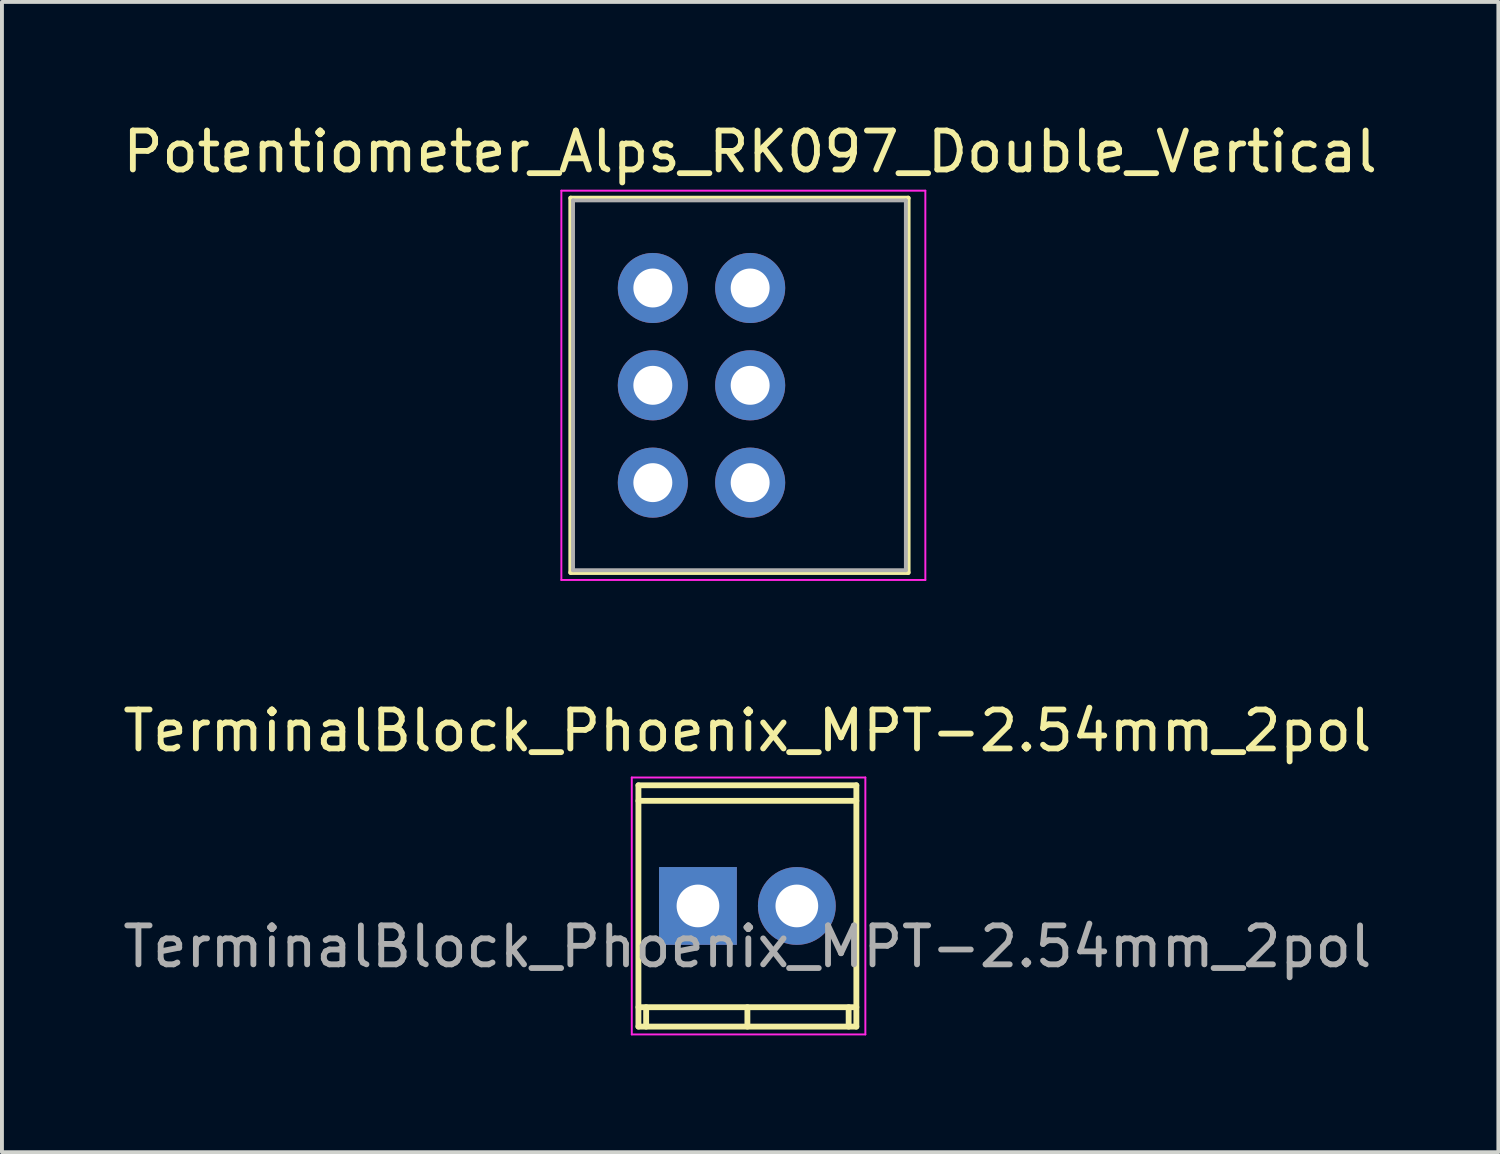
<source format=kicad_pcb>
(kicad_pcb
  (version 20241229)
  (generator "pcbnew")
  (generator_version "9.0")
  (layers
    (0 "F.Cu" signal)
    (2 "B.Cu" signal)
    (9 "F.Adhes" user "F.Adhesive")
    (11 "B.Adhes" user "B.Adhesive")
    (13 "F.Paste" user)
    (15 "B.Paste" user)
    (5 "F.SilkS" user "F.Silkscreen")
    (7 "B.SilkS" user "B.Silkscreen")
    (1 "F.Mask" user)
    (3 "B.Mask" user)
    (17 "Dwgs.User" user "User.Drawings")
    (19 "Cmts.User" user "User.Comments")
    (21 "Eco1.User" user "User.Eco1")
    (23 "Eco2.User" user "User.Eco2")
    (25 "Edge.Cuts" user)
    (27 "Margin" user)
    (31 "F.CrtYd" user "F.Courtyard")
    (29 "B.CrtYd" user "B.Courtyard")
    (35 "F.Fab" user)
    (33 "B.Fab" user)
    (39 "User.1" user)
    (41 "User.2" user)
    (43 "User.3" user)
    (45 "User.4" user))
  (footprint "TerminalBlock_Phoenix_MPT-2.54mm_2pol"
    (layer "F.Cu")
    (at 14.879 20.222)
    (property "Reference" "TerminalBlock_Phoenix_MPT-2.54mm_2pol" (at 1.27 -4.501 0) (layer "F.SilkS") (effects (font (size 1 1) (thickness 0.15))))
    (attr through_hole)
    (fp_line (start -1.529 -3.099) (end -1.529 3.099) (stroke (width 0.15) (type solid)) (layer "F.SilkS"))
    (fp_line (start -1.529 -2.7) (end 4.069 -2.7) (stroke (width 0.15) (type solid)) (layer "F.SilkS"))
    (fp_line (start -1.529 3.099) (end 4.069 3.099) (stroke (width 0.15) (type solid)) (layer "F.SilkS"))
    (fp_line (start -1.331 3.099) (end -1.331 2.601) (stroke (width 0.15) (type solid)) (layer "F.SilkS"))
    (fp_line (start 1.27 3.099) (end 1.27 2.601) (stroke (width 0.15) (type solid)) (layer "F.SilkS"))
    (fp_line (start 3.871 2.601) (end 3.871 3.099) (stroke (width 0.15) (type solid)) (layer "F.SilkS"))
    (fp_line (start 4.069 -3.099) (end -1.529 -3.099) (stroke (width 0.15) (type solid)) (layer "F.SilkS"))
    (fp_line (start 4.069 2.601) (end -1.529 2.601) (stroke (width 0.15) (type solid)) (layer "F.SilkS"))
    (fp_line (start 4.069 3.099) (end 4.069 -3.099) (stroke (width 0.15) (type solid)) (layer "F.SilkS"))
    (fp_line (start -1.7 -3.3) (end 4.3 -3.3) (stroke (width 0.05) (type solid)) (layer "F.CrtYd"))
    (fp_line (start -1.7 3.3) (end -1.7 -3.3) (stroke (width 0.05) (type solid)) (layer "F.CrtYd"))
    (fp_line (start 4.3 -3.3) (end 4.3 3.3) (stroke (width 0.05) (type solid)) (layer "F.CrtYd"))
    (fp_line (start 4.3 3.3) (end -1.7 3.3) (stroke (width 0.05) (type solid)) (layer "F.CrtYd"))
    (fp_text user "${REFERENCE}" (at 1.27 1.045 0) (layer "F.Fab") (effects (font (size 1 1) (thickness 0.15))))
    (pad "1" thru_hole rect (at 0 0) (size 1.999 1.999) (drill 1.097) (layers "*.Cu" "*.Mask"))
    (pad "2" thru_hole oval (at 2.54 0) (size 1.999 1.999) (drill 1.097) (layers "*.Cu" "*.Mask")))
  (footprint "Potentiometer_Alps_RK097_Double_Vertical"
    (layer "F.Cu")
    (at 16.22 9.348)
    (property "Reference" "Potentiometer_Alps_RK097_Double_Vertical" (at 0 -8.5 0) (layer "F.SilkS") (effects (font (size 1 1) (thickness 0.15))))
    (attr through_hole)
    (fp_line (start -4.61 -7.31) (end -4.61 2.31) (stroke (width 0.12) (type solid)) (layer "F.SilkS"))
    (fp_line (start -4.61 -7.31) (end 4.06 -7.31) (stroke (width 0.12) (type solid)) (layer "F.SilkS"))
    (fp_line (start -4.61 2.31) (end 4.06 2.31) (stroke (width 0.12) (type solid)) (layer "F.SilkS"))
    (fp_line (start 4.06 -7.31) (end 4.06 2.31) (stroke (width 0.12) (type solid)) (layer "F.SilkS"))
    (fp_line (start -4.85 -7.5) (end -4.85 2.5) (stroke (width 0.05) (type solid)) (layer "F.CrtYd"))
    (fp_line (start -4.85 2.5) (end 4.5 2.5) (stroke (width 0.05) (type solid)) (layer "F.CrtYd"))
    (fp_line (start 4.5 -7.5) (end -4.85 -7.5) (stroke (width 0.05) (type solid)) (layer "F.CrtYd"))
    (fp_line (start 4.5 2.5) (end 4.5 -7.5) (stroke (width 0.05) (type solid)) (layer "F.CrtYd"))
    (fp_line (start -4.55 -7.25) (end -4.55 2.25) (stroke (width 0.1) (type solid)) (layer "F.Fab"))
    (fp_line (start -4.55 2.25) (end 4 2.25) (stroke (width 0.1) (type solid)) (layer "F.Fab"))
    (fp_line (start 4 -7.25) (end -4.55 -7.25) (stroke (width 0.1) (type solid)) (layer "F.Fab"))
    (fp_line (start 4 2.25) (end 4 -7.25) (stroke (width 0.1) (type solid)) (layer "F.Fab"))
    (pad "1" thru_hole circle (at 0 0) (size 1.8 1.8) (drill 1) (layers "*.Cu" "*.Mask"))
    (pad "2" thru_hole circle (at 0 -2.5) (size 1.8 1.8) (drill 1) (layers "*.Cu" "*.Mask"))
    (pad "3" thru_hole circle (at 0 -5) (size 1.8 1.8) (drill 1) (layers "*.Cu" "*.Mask"))
    (pad "4" thru_hole circle (at -2.5 0) (size 1.8 1.8) (drill 1) (layers "*.Cu" "*.Mask"))
    (pad "5" thru_hole circle (at -2.5 -2.5) (size 1.8 1.8) (drill 1) (layers "*.Cu" "*.Mask"))
    (pad "6" thru_hole circle (at -2.5 -5) (size 1.8 1.8) (drill 1) (layers "*.Cu" "*.Mask")))
  (gr_rect
    (start -3 -3)
    (end 35.44 26.547)
    (stroke (width 0.1) (type default))
    (fill no)
    (layer "Edge.Cuts")))
</source>
